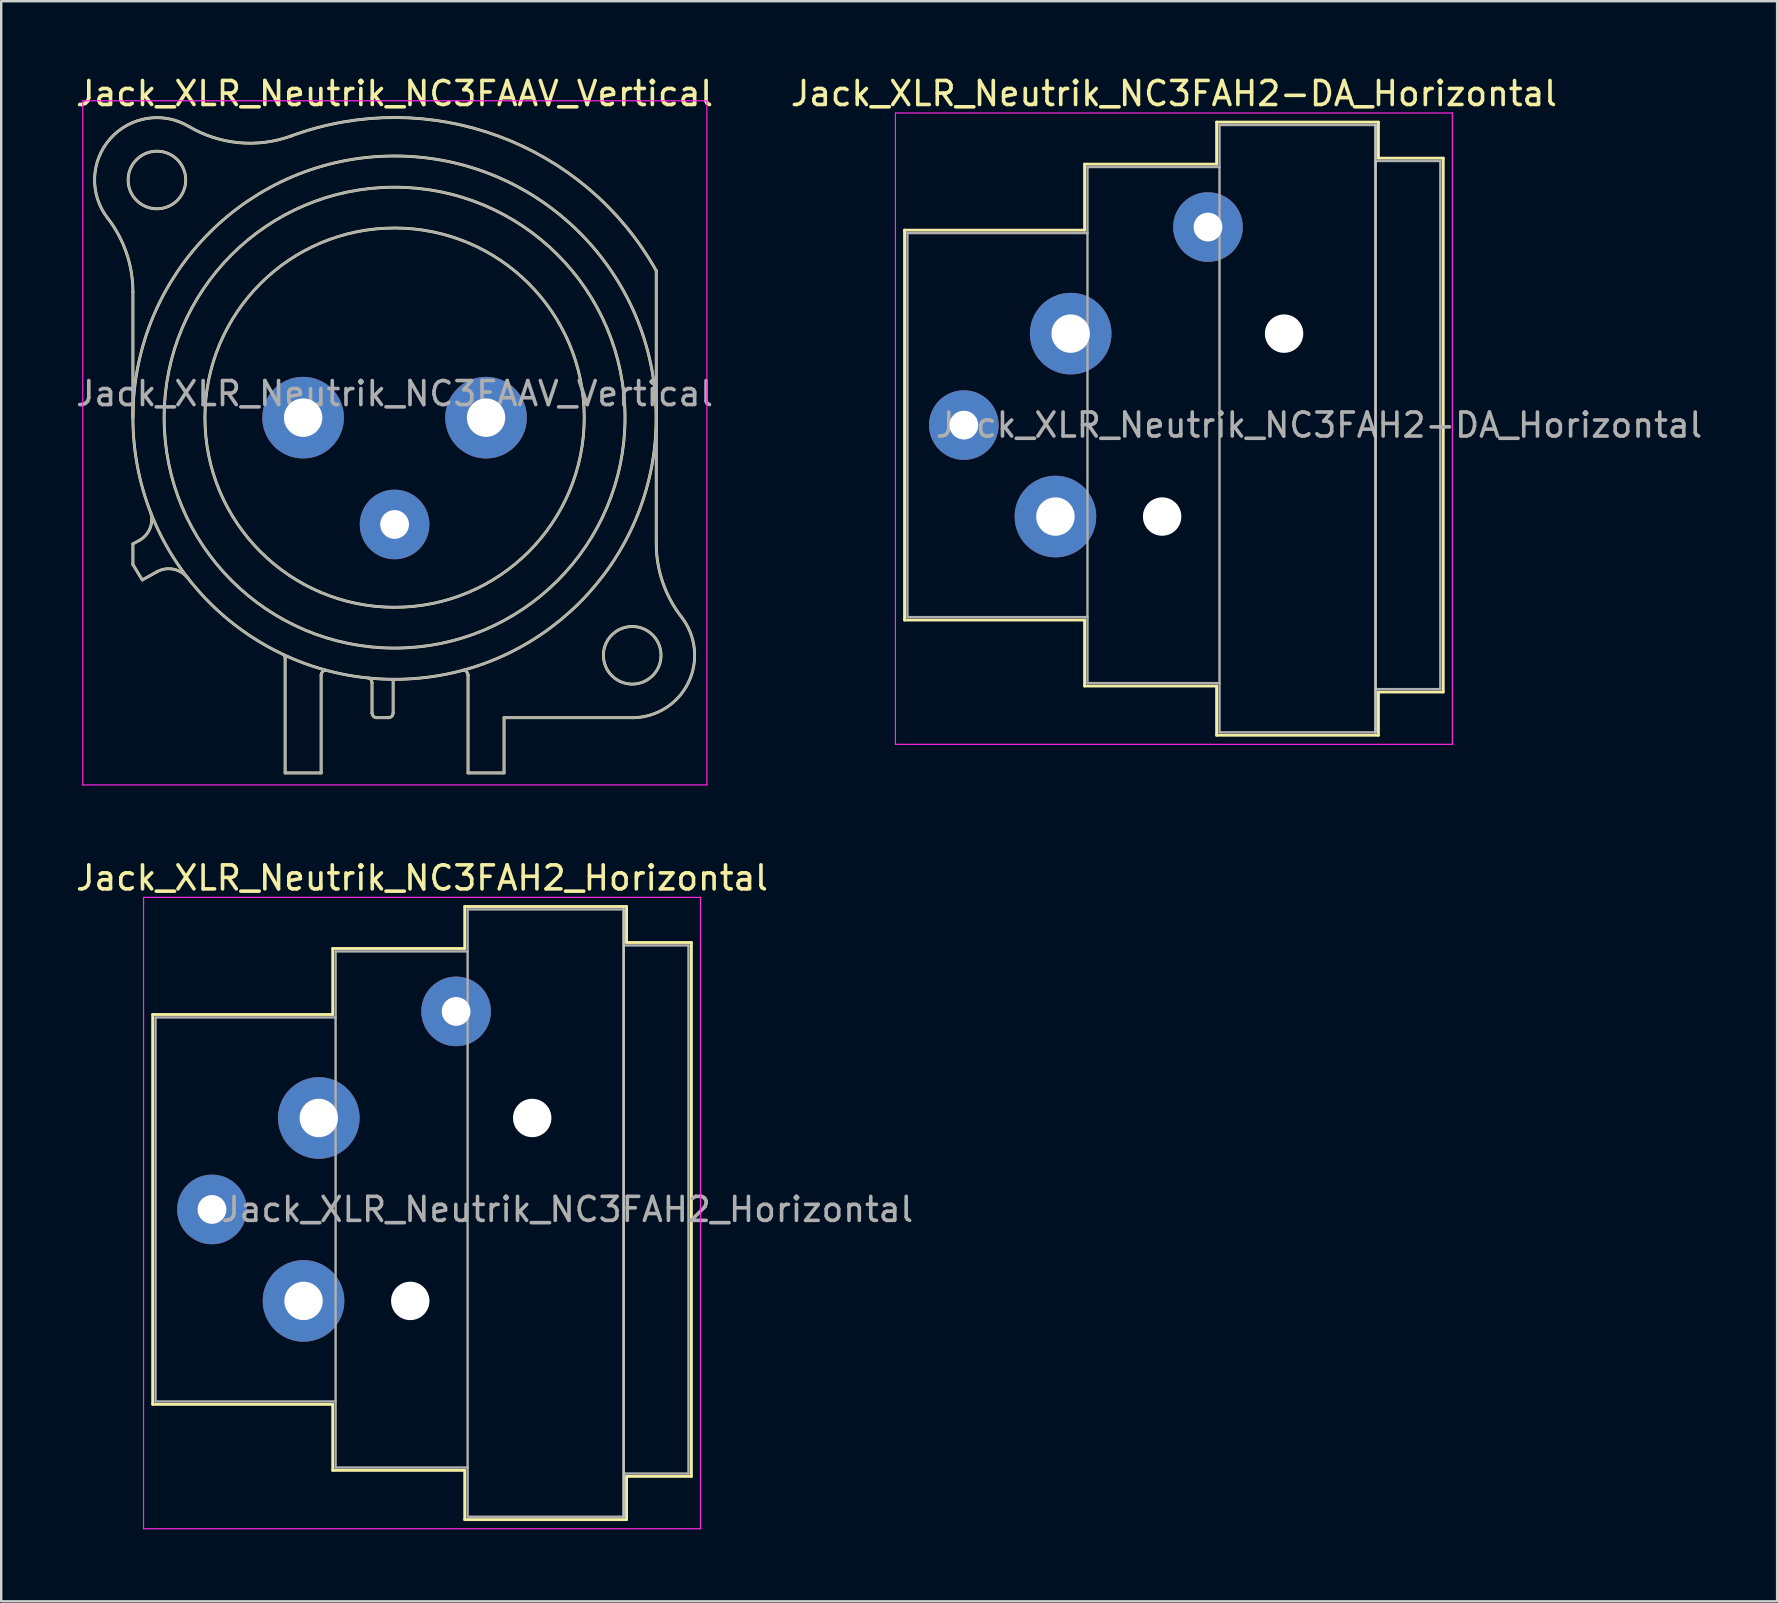
<source format=kicad_pcb>
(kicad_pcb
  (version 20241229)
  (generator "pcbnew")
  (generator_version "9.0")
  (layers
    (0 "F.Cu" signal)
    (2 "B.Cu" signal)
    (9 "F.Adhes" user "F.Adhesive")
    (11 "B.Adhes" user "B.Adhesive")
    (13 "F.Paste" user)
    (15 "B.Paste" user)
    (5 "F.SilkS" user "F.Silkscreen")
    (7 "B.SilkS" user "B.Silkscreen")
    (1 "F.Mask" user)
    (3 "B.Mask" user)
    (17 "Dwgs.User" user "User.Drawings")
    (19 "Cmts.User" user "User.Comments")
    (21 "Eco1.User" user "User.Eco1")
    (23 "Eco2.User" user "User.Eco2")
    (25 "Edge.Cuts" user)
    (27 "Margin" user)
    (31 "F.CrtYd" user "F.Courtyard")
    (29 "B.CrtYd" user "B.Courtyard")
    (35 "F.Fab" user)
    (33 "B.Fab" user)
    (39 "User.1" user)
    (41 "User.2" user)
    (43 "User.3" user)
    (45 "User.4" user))
  (footprint "Jack_XLR_Neutrik_NC3FAAV_Vertical"
    (layer "F.Cu")
    (at 17.197 14.348)
    (property "Reference" "Jack_XLR_Neutrik_NC3FAAV_Vertical" (at -3.81 -13.5 0) (layer "F.SilkS") (effects (font (size 1 1) (thickness 0.15))))
    (attr through_hole)
    (fp_line (start -14.71 0) (end -14.71 -5.24) (stroke (width 0.12) (type solid)) (layer "F.SilkS"))
    (fp_line (start -14.71 5.26) (end -14.44 5.11) (stroke (width 0.12) (type solid)) (layer "F.SilkS"))
    (fp_line (start -14.71 6.12) (end -14.71 5.26) (stroke (width 0.12) (type solid)) (layer "F.SilkS"))
    (fp_line (start -14.32 6.76) (end -14.71 6.12) (stroke (width 0.12) (type solid)) (layer "F.SilkS"))
    (fp_line (start -13.71 6.42) (end -14.32 6.76) (stroke (width 0.12) (type solid)) (layer "F.SilkS"))
    (fp_line (start -8.37 10.03) (end -8.37 14.8) (stroke (width 0.12) (type solid)) (layer "F.SilkS"))
    (fp_line (start -6.87 14.8) (end -8.37 14.8) (stroke (width 0.12) (type solid)) (layer "F.SilkS"))
    (fp_line (start -6.87 14.8) (end -6.87 10.73) (stroke (width 0.12) (type solid)) (layer "F.SilkS"))
    (fp_line (start -4.75 11.04) (end -4.75 12.3) (stroke (width 0.12) (type solid)) (layer "F.SilkS"))
    (fp_line (start -4.07 12.5) (end -4.55 12.5) (stroke (width 0.12) (type solid)) (layer "F.SilkS"))
    (fp_line (start -3.87 10.9) (end -3.87 12.3) (stroke (width 0.12) (type solid)) (layer "F.SilkS"))
    (fp_line (start -0.75 10.73) (end -0.75 10.73) (stroke (width 0.12) (type solid)) (layer "F.SilkS"))
    (fp_line (start -0.75 14.8) (end -0.75 10.73) (stroke (width 0.12) (type solid)) (layer "F.SilkS"))
    (fp_line (start 0.75 12.5) (end 6.09 12.5) (stroke (width 0.12) (type solid)) (layer "F.SilkS"))
    (fp_line (start 0.75 14.8) (end -0.75 14.8) (stroke (width 0.12) (type solid)) (layer "F.SilkS"))
    (fp_line (start 0.75 14.8) (end 0.75 12.5) (stroke (width 0.12) (type solid)) (layer "F.SilkS"))
    (fp_line (start 7.09 5.24) (end 7.09 -6.12) (stroke (width 0.12) (type solid)) (layer "F.SilkS"))
    (fp_arc (start -15.766689 -8.317569) (mid -14.98153 -6.866962) (end -14.71 -5.24) (stroke (width 0.12) (type solid)) (layer "F.SilkS"))
    (fp_arc (start -15.761979 -8.309032) (mid -15.65429 -11.620911) (end -12.38 -12.13) (stroke (width 0.12) (type solid)) (layer "F.SilkS"))
    (fp_arc (start -13.969214 3.951372) (mid -13.999461 4.614043) (end -14.44 5.11) (stroke (width 0.12) (type solid)) (layer "F.SilkS"))
    (fp_arc (start -13.71 6.42) (mid -13.01025 6.315915) (end -12.412202 6.693832) (stroke (width 0.12) (type solid)) (layer "F.SilkS"))
    (fp_arc (start -8.436364 9.870864) (mid -8.385177 9.942924) (end -8.37 10.03) (stroke (width 0.12) (type solid)) (layer "F.SilkS"))
    (fp_arc (start -8.12905 -11.730738) (mid 0.51404 -11.7289) (end 7.09 -6.12) (stroke (width 0.12) (type solid)) (layer "F.SilkS"))
    (fp_arc (start -8.118081 -11.733841) (mid -10.293498 -11.453642) (end -12.38 -12.13) (stroke (width 0.12) (type solid)) (layer "F.SilkS"))
    (fp_arc (start -6.87 10.73) (mid -6.814828 10.588126) (end -6.678303 10.520799) (stroke (width 0.12) (type solid)) (layer "F.SilkS"))
    (fp_arc (start -4.908418 10.84437) (mid -4.794571 10.914136) (end -4.75 11.04) (stroke (width 0.12) (type solid)) (layer "F.SilkS"))
    (fp_arc (start -4.55 12.5) (mid -4.691421 12.441421) (end -4.75 12.3) (stroke (width 0.12) (type solid)) (layer "F.SilkS"))
    (fp_arc (start -3.87 12.3) (mid -3.928579 12.441421) (end -4.07 12.5) (stroke (width 0.12) (type solid)) (layer "F.SilkS"))
    (fp_arc (start -0.949009 10.520288) (mid -0.807671 10.585446) (end -0.75 10.73) (stroke (width 0.12) (type solid)) (layer "F.SilkS"))
    (fp_arc (start 8.141619 8.302858) (mid 8.42587 11.041804) (end 6.09 12.5) (stroke (width 0.12) (type solid)) (layer "F.SilkS"))
    (fp_arc (start 8.14247 8.305283) (mid 7.360446 6.860467) (end 7.09 5.24) (stroke (width 0.12) (type solid)) (layer "F.SilkS"))
    (fp_circle (center -13.71 -9.9) (end -12.51 -9.9) (stroke (width 0.12) (type solid)) (fill no) (layer "F.SilkS"))
    (fp_circle (center -3.81 0) (end 4.09 0) (stroke (width 0.12) (type solid)) (fill no) (layer "F.SilkS"))
    (fp_circle (center -3.81 0) (end 5.79 0) (stroke (width 0.12) (type solid)) (fill no) (layer "F.SilkS"))
    (fp_circle (center -3.81 0) (end 7.09 0) (stroke (width 0.12) (type solid)) (fill no) (layer "F.SilkS"))
    (fp_circle (center 6.09 9.9) (end 7.29 9.9) (stroke (width 0.12) (type solid)) (fill no) (layer "F.SilkS"))
    (fp_line (start -16.8 -13.2) (end 9.2 -13.2) (stroke (width 0.05) (type solid)) (layer "F.CrtYd"))
    (fp_line (start -16.8 15.3) (end -16.8 -13.2) (stroke (width 0.05) (type solid)) (layer "F.CrtYd"))
    (fp_line (start 9.2 -13.2) (end 9.2 15.3) (stroke (width 0.05) (type solid)) (layer "F.CrtYd"))
    (fp_line (start 9.2 15.3) (end -16.8 15.3) (stroke (width 0.05) (type solid)) (layer "F.CrtYd"))
    (fp_line (start -14.71 0) (end -14.71 -5.24) (stroke (width 0.1) (type solid)) (layer "F.Fab"))
    (fp_line (start -14.71 5.26) (end -14.44 5.11) (stroke (width 0.1) (type solid)) (layer "F.Fab"))
    (fp_line (start -14.71 6.12) (end -14.71 5.26) (stroke (width 0.1) (type solid)) (layer "F.Fab"))
    (fp_line (start -14.32 6.76) (end -14.71 6.12) (stroke (width 0.1) (type solid)) (layer "F.Fab"))
    (fp_line (start -13.71 6.42) (end -14.32 6.76) (stroke (width 0.1) (type solid)) (layer "F.Fab"))
    (fp_line (start -8.37 10.03) (end -8.37 14.8) (stroke (width 0.1) (type solid)) (layer "F.Fab"))
    (fp_line (start -6.87 14.8) (end -8.37 14.8) (stroke (width 0.1) (type solid)) (layer "F.Fab"))
    (fp_line (start -6.87 14.8) (end -6.87 10.73) (stroke (width 0.1) (type solid)) (layer "F.Fab"))
    (fp_line (start -4.75 11.04) (end -4.75 12.3) (stroke (width 0.1) (type solid)) (layer "F.Fab"))
    (fp_line (start -4.07 12.5) (end -4.55 12.5) (stroke (width 0.1) (type solid)) (layer "F.Fab"))
    (fp_line (start -3.87 10.9) (end -3.87 12.3) (stroke (width 0.1) (type solid)) (layer "F.Fab"))
    (fp_line (start -0.75 10.73) (end -0.75 10.73) (stroke (width 0.1) (type solid)) (layer "F.Fab"))
    (fp_line (start -0.75 14.8) (end -0.75 10.73) (stroke (width 0.1) (type solid)) (layer "F.Fab"))
    (fp_line (start 0.75 12.5) (end 6.09 12.5) (stroke (width 0.1) (type solid)) (layer "F.Fab"))
    (fp_line (start 0.75 14.8) (end -0.75 14.8) (stroke (width 0.1) (type solid)) (layer "F.Fab"))
    (fp_line (start 0.75 14.8) (end 0.75 12.5) (stroke (width 0.1) (type solid)) (layer "F.Fab"))
    (fp_line (start 7.09 5.24) (end 7.09 -6.12) (stroke (width 0.1) (type solid)) (layer "F.Fab"))
    (fp_arc (start -15.766689 -8.317569) (mid -14.98153 -6.866962) (end -14.71 -5.24) (stroke (width 0.1) (type solid)) (layer "F.Fab"))
    (fp_arc (start -15.761979 -8.309032) (mid -15.65429 -11.620911) (end -12.38 -12.13) (stroke (width 0.1) (type solid)) (layer "F.Fab"))
    (fp_arc (start -13.969214 3.951372) (mid -13.999461 4.614043) (end -14.44 5.11) (stroke (width 0.1) (type solid)) (layer "F.Fab"))
    (fp_arc (start -13.71 6.42) (mid -13.01025 6.315915) (end -12.412202 6.693832) (stroke (width 0.1) (type solid)) (layer "F.Fab"))
    (fp_arc (start -8.436364 9.870864) (mid -8.385177 9.942924) (end -8.37 10.03) (stroke (width 0.1) (type solid)) (layer "F.Fab"))
    (fp_arc (start -8.12905 -11.730738) (mid 0.51404 -11.7289) (end 7.09 -6.12) (stroke (width 0.1) (type solid)) (layer "F.Fab"))
    (fp_arc (start -8.118081 -11.733841) (mid -10.293498 -11.453642) (end -12.38 -12.13) (stroke (width 0.1) (type solid)) (layer "F.Fab"))
    (fp_arc (start -6.87 10.73) (mid -6.814828 10.588126) (end -6.678303 10.520799) (stroke (width 0.1) (type solid)) (layer "F.Fab"))
    (fp_arc (start -4.908418 10.84437) (mid -4.794571 10.914136) (end -4.75 11.04) (stroke (width 0.1) (type solid)) (layer "F.Fab"))
    (fp_arc (start -4.55 12.5) (mid -4.691421 12.441421) (end -4.75 12.3) (stroke (width 0.1) (type solid)) (layer "F.Fab"))
    (fp_arc (start -3.87 12.3) (mid -3.928579 12.441421) (end -4.07 12.5) (stroke (width 0.1) (type solid)) (layer "F.Fab"))
    (fp_arc (start -0.949009 10.520288) (mid -0.807671 10.585446) (end -0.75 10.73) (stroke (width 0.1) (type solid)) (layer "F.Fab"))
    (fp_arc (start 8.141619 8.302858) (mid 8.42587 11.041804) (end 6.09 12.5) (stroke (width 0.1) (type solid)) (layer "F.Fab"))
    (fp_arc (start 8.14247 8.305283) (mid 7.360446 6.860467) (end 7.09 5.24) (stroke (width 0.1) (type solid)) (layer "F.Fab"))
    (fp_circle (center -13.71 -9.9) (end -12.51 -9.9) (stroke (width 0.1) (type solid)) (fill no) (layer "F.Fab"))
    (fp_circle (center -3.81 0) (end 4.09 0) (stroke (width 0.1) (type solid)) (fill no) (layer "F.Fab"))
    (fp_circle (center -3.81 0) (end 5.79 0) (stroke (width 0.1) (type solid)) (fill no) (layer "F.Fab"))
    (fp_circle (center -3.81 0) (end 7.09 0) (stroke (width 0.1) (type solid)) (fill no) (layer "F.Fab"))
    (fp_circle (center 6.09 9.9) (end 7.29 9.9) (stroke (width 0.1) (type solid)) (fill no) (layer "F.Fab"))
    (fp_text user "${REFERENCE}" (at -3.81 -1 0) (layer "F.Fab") (effects (font (size 1 1) (thickness 0.15))))
    (pad "1" thru_hole circle (at 0 0) (size 3.4 3.4) (drill 1.6) (layers "*.Cu" "*.Mask"))
    (pad "2" thru_hole circle (at -7.62 0) (size 3.4 3.4) (drill 1.6) (layers "*.Cu" "*.Mask"))
    (pad "3" thru_hole circle (at -3.81 4.45) (size 2.9 2.9) (drill 1.2) (layers "*.Cu" "*.Mask")))
  (footprint "Jack_XLR_Neutrik_NC3FAH2-DA_Horizontal"
    (layer "F.Cu")
    (at 41.551 10.848)
    (property "Reference" "Jack_XLR_Neutrik_NC3FAH2-DA_Horizontal" (at 4.3 -10 0) (layer "F.SilkS") (effects (font (size 1 1) (thickness 0.15))))
    (attr through_hole)
    (fp_line (start -6.92 -4.31) (end -6.92 11.93) (stroke (width 0.12) (type solid)) (layer "F.SilkS"))
    (fp_line (start 0.58 -7.06) (end 0.58 -4.31) (stroke (width 0.12) (type solid)) (layer "F.SilkS"))
    (fp_line (start 0.58 -4.31) (end -6.92 -4.31) (stroke (width 0.12) (type solid)) (layer "F.SilkS"))
    (fp_line (start 0.58 11.93) (end -6.92 11.93) (stroke (width 0.12) (type solid)) (layer "F.SilkS"))
    (fp_line (start 0.58 11.93) (end 0.58 14.68) (stroke (width 0.12) (type solid)) (layer "F.SilkS"))
    (fp_line (start 6.08 -7.06) (end 0.58 -7.06) (stroke (width 0.12) (type solid)) (layer "F.SilkS"))
    (fp_line (start 6.08 -7.06) (end 6.08 -8.81) (stroke (width 0.12) (type solid)) (layer "F.SilkS"))
    (fp_line (start 6.08 14.68) (end 0.58 14.68) (stroke (width 0.12) (type solid)) (layer "F.SilkS"))
    (fp_line (start 6.08 16.73) (end 6.08 14.68) (stroke (width 0.12) (type solid)) (layer "F.SilkS"))
    (fp_line (start 12.82 -8.81) (end 6.08 -8.81) (stroke (width 0.12) (type solid)) (layer "F.SilkS"))
    (fp_line (start 12.82 -8.81) (end 12.82 -7.31) (stroke (width 0.12) (type solid)) (layer "F.SilkS"))
    (fp_line (start 12.82 -7.31) (end 15.52 -7.31) (stroke (width 0.12) (type solid)) (layer "F.SilkS"))
    (fp_line (start 12.82 14.93) (end 12.82 16.73) (stroke (width 0.12) (type solid)) (layer "F.SilkS"))
    (fp_line (start 12.82 14.93) (end 15.52 14.93) (stroke (width 0.12) (type solid)) (layer "F.SilkS"))
    (fp_line (start 12.82 16.73) (end 6.08 16.73) (stroke (width 0.12) (type solid)) (layer "F.SilkS"))
    (fp_line (start 15.52 -7.31) (end 15.52 14.93) (stroke (width 0.12) (type solid)) (layer "F.SilkS"))
    (fp_line (start 12.7 -8.69) (end 12.7 16.61) (stroke (width 0.1) (type solid)) (layer "Dwgs.User"))
    (fp_line (start -7.3 -9.19) (end -7.3 17.11) (stroke (width 0.05) (type solid)) (layer "F.CrtYd"))
    (fp_line (start 15.9 -9.19) (end -7.3 -9.19) (stroke (width 0.05) (type solid)) (layer "F.CrtYd"))
    (fp_line (start 15.9 -9.19) (end 15.9 17.11) (stroke (width 0.05) (type solid)) (layer "F.CrtYd"))
    (fp_line (start 15.9 17.11) (end -7.3 17.11) (stroke (width 0.05) (type solid)) (layer "F.CrtYd"))
    (fp_line (start -6.8 -4.19) (end -6.8 11.81) (stroke (width 0.1) (type solid)) (layer "F.Fab"))
    (fp_line (start -6.8 11.81) (end 0.7 11.81) (stroke (width 0.1) (type solid)) (layer "F.Fab"))
    (fp_line (start 0.7 -6.94) (end 0.7 14.56) (stroke (width 0.1) (type solid)) (layer "F.Fab"))
    (fp_line (start 0.7 -4.19) (end -6.8 -4.19) (stroke (width 0.1) (type solid)) (layer "F.Fab"))
    (fp_line (start 0.7 14.56) (end 6.2 14.56) (stroke (width 0.1) (type solid)) (layer "F.Fab"))
    (fp_line (start 6.2 -8.69) (end 12.7 -8.69) (stroke (width 0.1) (type solid)) (layer "F.Fab"))
    (fp_line (start 6.2 -6.94) (end 0.7 -6.94) (stroke (width 0.1) (type solid)) (layer "F.Fab"))
    (fp_line (start 6.2 16.61) (end 6.2 -8.69) (stroke (width 0.1) (type solid)) (layer "F.Fab"))
    (fp_line (start 12.7 -8.69) (end 12.7 16.61) (stroke (width 0.1) (type solid)) (layer "F.Fab"))
    (fp_line (start 12.7 -7.19) (end 15.4 -7.19) (stroke (width 0.1) (type solid)) (layer "F.Fab"))
    (fp_line (start 12.7 16.61) (end 6.2 16.61) (stroke (width 0.1) (type solid)) (layer "F.Fab"))
    (fp_line (start 15.4 -7.19) (end 15.4 14.81) (stroke (width 0.1) (type solid)) (layer "F.Fab"))
    (fp_line (start 15.4 14.81) (end 12.7 14.81) (stroke (width 0.1) (type solid)) (layer "F.Fab"))
    (fp_text user "${REFERENCE}" (at 10.35 3.81 0) (layer "F.Fab") (effects (font (size 1 1) (thickness 0.15))))
    (pad "" np_thru_hole circle (at 3.81 7.62) (size 1.6 1.6) (drill 1.6) (layers "*.Cu" "*.Mask"))
    (pad "" np_thru_hole circle (at 8.89 0) (size 1.6 1.6) (drill 1.6) (layers "*.Cu" "*.Mask"))
    (pad "1" thru_hole circle (at 0 0) (size 3.4 3.4) (drill 1.6) (layers "*.Cu" "*.Mask"))
    (pad "2" thru_hole circle (at -0.635 7.62) (size 3.4 3.4) (drill 1.6) (layers "*.Cu" "*.Mask"))
    (pad "3" thru_hole circle (at -4.45 3.81) (size 2.9 2.9) (drill 1.2) (layers "*.Cu" "*.Mask"))
    (pad "G" thru_hole circle (at 5.72 -4.44) (size 2.9 2.9) (drill 1.2) (layers "*.Cu" "*.Mask")))
  (footprint "Jack_XLR_Neutrik_NC3FAH2_Horizontal"
    (layer "F.Cu")
    (at 10.23 43.522)
    (property "Reference" "Jack_XLR_Neutrik_NC3FAH2_Horizontal" (at 4.3 -10 0) (layer "F.SilkS") (effects (font (size 1 1) (thickness 0.15))))
    (attr through_hole)
    (fp_line (start -6.92 -4.31) (end -6.92 11.93) (stroke (width 0.12) (type solid)) (layer "F.SilkS"))
    (fp_line (start 0.58 -7.06) (end 0.58 -4.31) (stroke (width 0.12) (type solid)) (layer "F.SilkS"))
    (fp_line (start 0.58 -4.31) (end -6.92 -4.31) (stroke (width 0.12) (type solid)) (layer "F.SilkS"))
    (fp_line (start 0.58 11.93) (end -6.92 11.93) (stroke (width 0.12) (type solid)) (layer "F.SilkS"))
    (fp_line (start 0.58 11.93) (end 0.58 14.68) (stroke (width 0.12) (type solid)) (layer "F.SilkS"))
    (fp_line (start 6.08 -7.06) (end 0.58 -7.06) (stroke (width 0.12) (type solid)) (layer "F.SilkS"))
    (fp_line (start 6.08 -7.06) (end 6.08 -8.81) (stroke (width 0.12) (type solid)) (layer "F.SilkS"))
    (fp_line (start 6.08 14.68) (end 0.58 14.68) (stroke (width 0.12) (type solid)) (layer "F.SilkS"))
    (fp_line (start 6.08 16.73) (end 6.08 14.68) (stroke (width 0.12) (type solid)) (layer "F.SilkS"))
    (fp_line (start 12.82 -8.81) (end 6.08 -8.81) (stroke (width 0.12) (type solid)) (layer "F.SilkS"))
    (fp_line (start 12.82 -8.81) (end 12.82 -7.31) (stroke (width 0.12) (type solid)) (layer "F.SilkS"))
    (fp_line (start 12.82 -7.31) (end 15.52 -7.31) (stroke (width 0.12) (type solid)) (layer "F.SilkS"))
    (fp_line (start 12.82 14.93) (end 12.82 16.73) (stroke (width 0.12) (type solid)) (layer "F.SilkS"))
    (fp_line (start 12.82 14.93) (end 15.52 14.93) (stroke (width 0.12) (type solid)) (layer "F.SilkS"))
    (fp_line (start 12.82 16.73) (end 6.08 16.73) (stroke (width 0.12) (type solid)) (layer "F.SilkS"))
    (fp_line (start 15.52 -7.31) (end 15.52 14.93) (stroke (width 0.12) (type solid)) (layer "F.SilkS"))
    (fp_line (start 12.7 -8.69) (end 12.7 16.61) (stroke (width 0.1) (type solid)) (layer "Dwgs.User"))
    (fp_line (start -7.3 -9.19) (end -7.3 17.11) (stroke (width 0.05) (type solid)) (layer "F.CrtYd"))
    (fp_line (start 15.9 -9.19) (end -7.3 -9.19) (stroke (width 0.05) (type solid)) (layer "F.CrtYd"))
    (fp_line (start 15.9 -9.19) (end 15.9 17.11) (stroke (width 0.05) (type solid)) (layer "F.CrtYd"))
    (fp_line (start 15.9 17.11) (end -7.3 17.11) (stroke (width 0.05) (type solid)) (layer "F.CrtYd"))
    (fp_line (start -6.8 -4.19) (end -6.8 11.81) (stroke (width 0.1) (type solid)) (layer "F.Fab"))
    (fp_line (start -6.8 11.81) (end 0.7 11.81) (stroke (width 0.1) (type solid)) (layer "F.Fab"))
    (fp_line (start 0.7 -6.94) (end 0.7 14.56) (stroke (width 0.1) (type solid)) (layer "F.Fab"))
    (fp_line (start 0.7 -4.19) (end -6.8 -4.19) (stroke (width 0.1) (type solid)) (layer "F.Fab"))
    (fp_line (start 0.7 14.56) (end 6.2 14.56) (stroke (width 0.1) (type solid)) (layer "F.Fab"))
    (fp_line (start 6.2 -8.69) (end 12.7 -8.69) (stroke (width 0.1) (type solid)) (layer "F.Fab"))
    (fp_line (start 6.2 -6.94) (end 0.7 -6.94) (stroke (width 0.1) (type solid)) (layer "F.Fab"))
    (fp_line (start 6.2 16.61) (end 6.2 -8.69) (stroke (width 0.1) (type solid)) (layer "F.Fab"))
    (fp_line (start 12.7 -8.69) (end 12.7 16.61) (stroke (width 0.1) (type solid)) (layer "F.Fab"))
    (fp_line (start 12.7 -7.19) (end 15.4 -7.19) (stroke (width 0.1) (type solid)) (layer "F.Fab"))
    (fp_line (start 12.7 16.61) (end 6.2 16.61) (stroke (width 0.1) (type solid)) (layer "F.Fab"))
    (fp_line (start 15.4 -7.19) (end 15.4 14.81) (stroke (width 0.1) (type solid)) (layer "F.Fab"))
    (fp_line (start 15.4 14.81) (end 12.7 14.81) (stroke (width 0.1) (type solid)) (layer "F.Fab"))
    (fp_text user "${REFERENCE}" (at 10.35 3.81 0) (layer "F.Fab") (effects (font (size 1 1) (thickness 0.15))))
    (pad "" np_thru_hole circle (at 3.81 7.62) (size 1.6 1.6) (drill 1.6) (layers "*.Cu" "*.Mask"))
    (pad "" np_thru_hole circle (at 8.89 0) (size 1.6 1.6) (drill 1.6) (layers "*.Cu" "*.Mask"))
    (pad "1" thru_hole circle (at 0 0) (size 3.4 3.4) (drill 1.6) (layers "*.Cu" "*.Mask"))
    (pad "2" thru_hole circle (at -0.635 7.62) (size 3.4 3.4) (drill 1.6) (layers "*.Cu" "*.Mask"))
    (pad "3" thru_hole circle (at -4.45 3.81) (size 2.9 2.9) (drill 1.2) (layers "*.Cu" "*.Mask"))
    (pad "G" thru_hole circle (at 5.72 -4.44) (size 2.9 2.9) (drill 1.2) (layers "*.Cu" "*.Mask")))
  (gr_rect
    (start -3 -3)
    (end 70.979 63.657)
    (stroke (width 0.1) (type default))
    (fill no)
    (layer "Edge.Cuts")))
</source>
